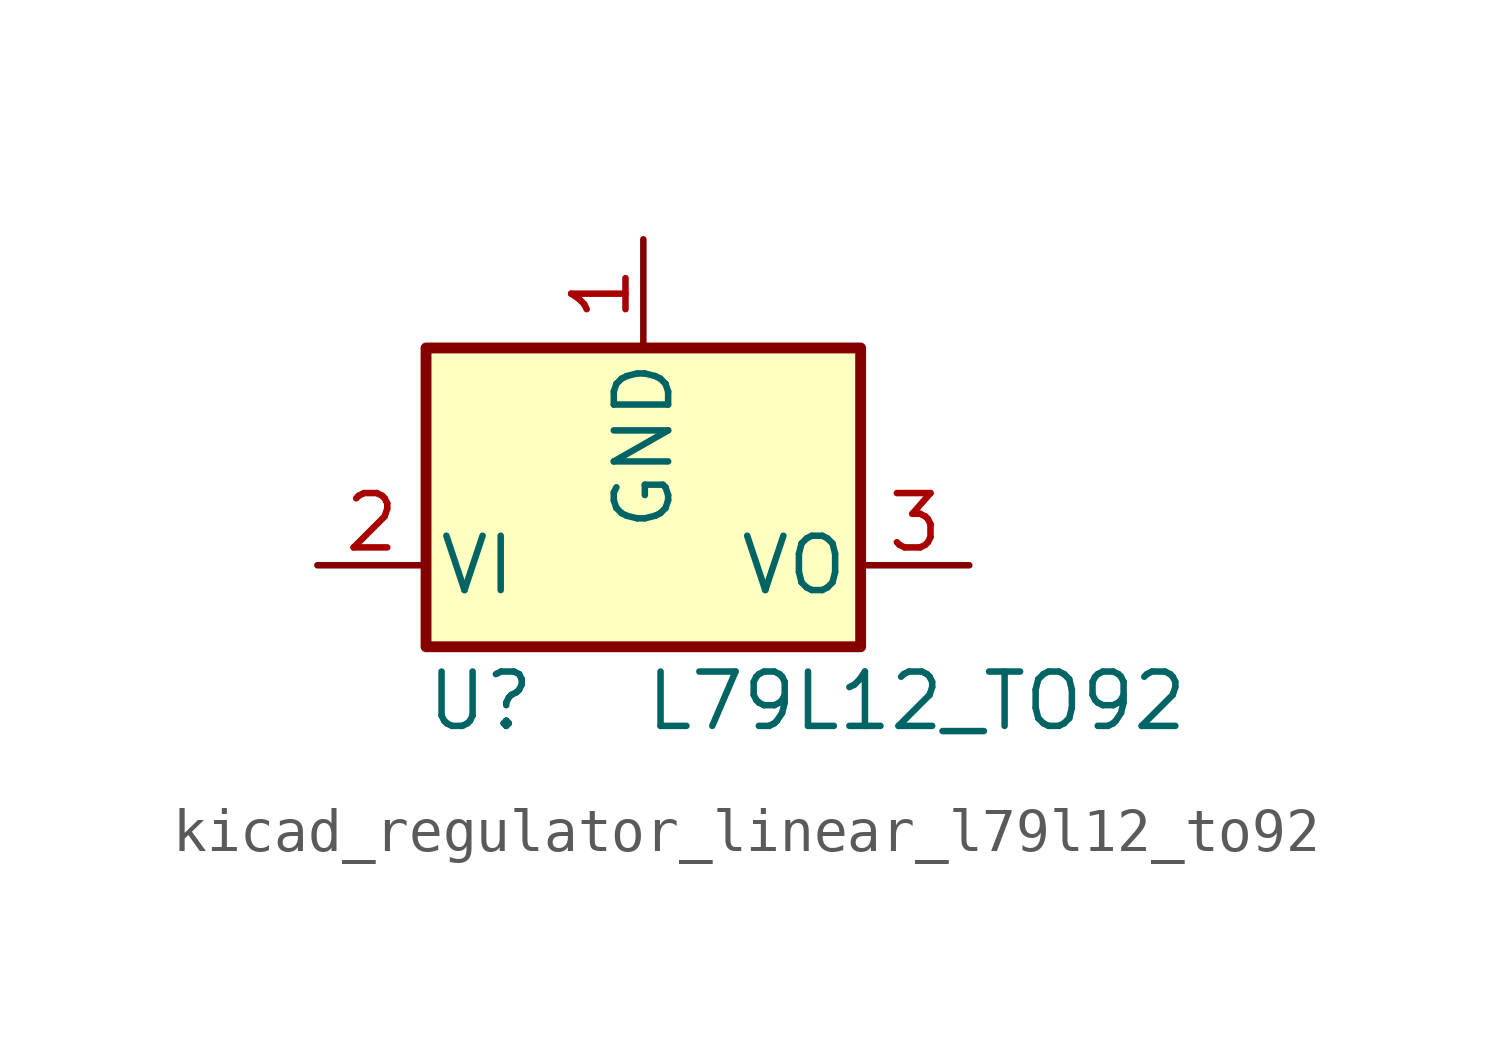
<source format=kicad_sym>
(kicad_symbol_lib
  (version 20220914)
  (generator kicad_symbol_editor)
  (symbol "kicad_regulator_linear_l79l12_to92"
    (pin_names
      (offset 0.254))
    (property "Reference" "U"
      (at -3.81 -3.175 0)
      (effects (font (size 1.27 1.27))))
    (property "Value" "L79L12_TO92"
      (at 0 -3.175 0)
      (effects (font (size 1.27 1.27)) (justify left)))
    (symbol "kicad_regulator_linear_l79l12_to92_0_1"
      (rectangle (start -5.08 5.08) (end 5.08 -1.905) (stroke (width 0.254) (type default)) (fill (type background))))
    (symbol "kicad_regulator_linear_l79l12_to92_1_1"
      (pin power_in line (at 0 7.62 270) (length 2.54) (name "GND" (effects (font (size 1.27 1.27)))) (number "1" (effects (font (size 1.27 1.27)))))
      (pin power_in line (at -7.62 0 0) (length 2.54) (name "VI" (effects (font (size 1.27 1.27)))) (number "2" (effects (font (size 1.27 1.27)))))
      (pin power_out line (at 7.62 0 180) (length 2.54) (name "VO" (effects (font (size 1.27 1.27)))) (number "3" (effects (font (size 1.27 1.27))))))))
</source>
